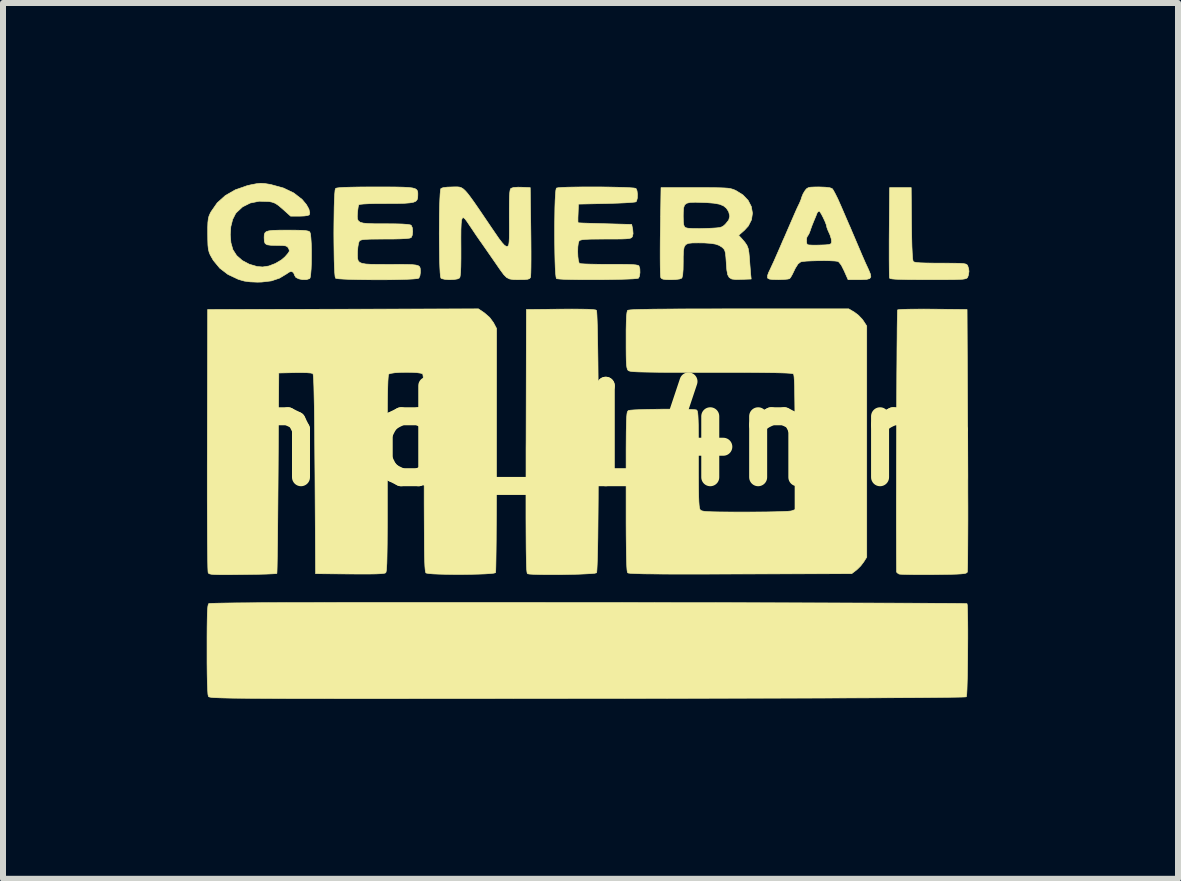
<source format=kicad_pcb>
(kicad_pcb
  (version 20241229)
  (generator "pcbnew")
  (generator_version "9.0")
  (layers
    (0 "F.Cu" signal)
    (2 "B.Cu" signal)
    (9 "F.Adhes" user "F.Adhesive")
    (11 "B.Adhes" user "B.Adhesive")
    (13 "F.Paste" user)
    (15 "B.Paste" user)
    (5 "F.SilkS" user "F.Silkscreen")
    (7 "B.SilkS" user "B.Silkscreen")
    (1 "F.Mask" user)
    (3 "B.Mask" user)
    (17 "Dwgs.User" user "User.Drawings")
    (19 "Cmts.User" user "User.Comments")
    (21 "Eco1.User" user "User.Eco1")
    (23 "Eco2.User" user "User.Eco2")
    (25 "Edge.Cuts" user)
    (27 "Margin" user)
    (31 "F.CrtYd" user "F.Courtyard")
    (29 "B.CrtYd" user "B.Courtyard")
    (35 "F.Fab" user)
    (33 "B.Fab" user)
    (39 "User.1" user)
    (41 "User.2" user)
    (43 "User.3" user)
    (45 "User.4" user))
  (footprint "midi_14mm"
    (layer "F.Cu")
    (at 6.793 4.215)
    (property "Reference" "midi_14mm" (at 0 0 0) (layer "F.SilkS") (effects (font (size 1.524 1.524) (thickness 0.3))))
    (attr through_hole)
    (fp_poly (pts (xy 5.35 -3.537) (xy 5.353 -3.327) (xy 5.357 -3.16) (xy 5.363 -3.034) (xy 5.369 -2.951) (xy 5.377 -2.91) (xy 5.379 -2.907) (xy 5.397 -2.897) (xy 5.436 -2.889) (xy 5.499 -2.884) (xy 5.592 -2.881) (xy 5.719 -2.879) (xy 5.833 -2.879) (xy 5.979 -2.878) (xy 6.088 -2.877) (xy 6.166 -2.875) (xy 6.219 -2.871) (xy 6.253 -2.864) (xy 6.272 -2.855) (xy 6.283 -2.842) (xy 6.286 -2.838) (xy 6.303 -2.784) (xy 6.308 -2.741) (xy 6.299 -2.682) (xy 6.286 -2.644) (xy 6.278 -2.633) (xy 6.264 -2.624) (xy 6.241 -2.617) (xy 6.204 -2.611) (xy 6.147 -2.608) (xy 6.066 -2.605) (xy 5.957 -2.604) (xy 5.816 -2.604) (xy 5.636 -2.603) (xy 5.629 -2.603) (xy 5.439 -2.604) (xy 5.287 -2.605) (xy 5.17 -2.608) (xy 5.086 -2.611) (xy 5.028 -2.616) (xy 4.996 -2.622) (xy 4.984 -2.63) (xy 4.982 -2.657) (xy 4.98 -2.721) (xy 4.979 -2.817) (xy 4.978 -2.941) (xy 4.978 -3.087) (xy 4.978 -3.25) (xy 4.979 -3.397) (xy 4.985 -4.138) (xy 5.345 -4.138) (xy 5.35 -3.537)) (stroke (width 0.01) (type solid)) (fill yes) (layer "F.SilkS"))
    (fp_poly (pts (xy 5.704 -2.112) (xy 5.706 -2.112) (xy 6.276 -2.106) (xy 6.287 0.064) (xy 6.288 0.364) (xy 6.289 0.652) (xy 6.289 0.926) (xy 6.29 1.183) (xy 6.29 1.419) (xy 6.289 1.633) (xy 6.288 1.82) (xy 6.287 1.979) (xy 6.286 2.106) (xy 6.284 2.199) (xy 6.282 2.254) (xy 6.281 2.269) (xy 6.272 2.281) (xy 6.255 2.289) (xy 6.224 2.296) (xy 6.174 2.301) (xy 6.101 2.305) (xy 5.999 2.308) (xy 5.864 2.31) (xy 5.724 2.312) (xy 5.575 2.313) (xy 5.438 2.313) (xy 5.32 2.311) (xy 5.227 2.309) (xy 5.165 2.306) (xy 5.142 2.303) (xy 5.109 2.281) (xy 5.101 2.266) (xy 5.1 2.123) (xy 5.099 1.953) (xy 5.099 1.758) (xy 5.098 1.543) (xy 5.098 1.31) (xy 5.098 1.063) (xy 5.099 0.805) (xy 5.099 0.54) (xy 5.1 0.271) (xy 5.101 0.000159) (xy 5.102 -0.268) (xy 5.103 -0.53) (xy 5.104 -0.783) (xy 5.105 -1.024) (xy 5.107 -1.248) (xy 5.108 -1.454) (xy 5.11 -1.637) (xy 5.111 -1.795) (xy 5.113 -1.923) (xy 5.115 -2.019) (xy 5.116 -2.079) (xy 5.118 -2.1) (xy 5.143 -2.104) (xy 5.205 -2.108) (xy 5.297 -2.111) (xy 5.415 -2.112) (xy 5.553 -2.113) (xy 5.704 -2.112)) (stroke (width 0.01) (type solid)) (fill yes) (layer "F.SilkS"))
    (fp_poly (pts (xy -0.156 -2.112) (xy -0.042 -2.11) (xy 0.038 -2.105) (xy 0.084 -2.099) (xy 0.098 -2.093) (xy 0.103 -2.068) (xy 0.107 -2.005) (xy 0.111 -1.906) (xy 0.115 -1.774) (xy 0.118 -1.615) (xy 0.121 -1.43) (xy 0.124 -1.223) (xy 0.126 -0.998) (xy 0.128 -0.759) (xy 0.129 -0.508) (xy 0.13 -0.249) (xy 0.13 0.014) (xy 0.13 0.279) (xy 0.13 0.541) (xy 0.129 0.797) (xy 0.128 1.044) (xy 0.126 1.278) (xy 0.124 1.496) (xy 0.122 1.695) (xy 0.119 1.87) (xy 0.115 2.019) (xy 0.111 2.138) (xy 0.107 2.223) (xy 0.103 2.272) (xy 0.1 2.282) (xy 0.071 2.29) (xy 0.006 2.296) (xy -0.087 2.301) (xy -0.201 2.306) (xy -0.33 2.309) (xy -0.466 2.312) (xy -0.602 2.313) (xy -0.733 2.313) (xy -0.849 2.311) (xy -0.946 2.308) (xy -1.015 2.304) (xy -1.05 2.298) (xy -1.051 2.297) (xy -1.056 2.287) (xy -1.06 2.266) (xy -1.064 2.229) (xy -1.067 2.176) (xy -1.069 2.103) (xy -1.071 2.009) (xy -1.073 1.891) (xy -1.074 1.747) (xy -1.075 1.575) (xy -1.076 1.373) (xy -1.076 1.138) (xy -1.076 0.868) (xy -1.075 0.561) (xy -1.075 0.215) (xy -1.074 0.085) (xy -1.069 -2.106) (xy -0.5 -2.112) (xy -0.308 -2.113) (xy -0.156 -2.112)) (stroke (width 0.01) (type solid)) (fill yes) (layer "F.SilkS"))
    (fp_poly (pts (xy -2.188 -4.147) (xy -2.157 -4.138) (xy -2.126 -4.12) (xy -2.092 -4.09) (xy -2.051 -4.044) (xy -2.002 -3.98) (xy -1.94 -3.894) (xy -1.864 -3.784) (xy -1.771 -3.647) (xy -1.658 -3.48) (xy -1.597 -3.391) (xy -1.527 -3.289) (xy -1.474 -3.22) (xy -1.436 -3.178) (xy -1.408 -3.16) (xy -1.393 -3.158) (xy -1.379 -3.162) (xy -1.369 -3.172) (xy -1.362 -3.194) (xy -1.357 -3.233) (xy -1.354 -3.295) (xy -1.353 -3.383) (xy -1.353 -3.505) (xy -1.354 -3.632) (xy -1.354 -3.79) (xy -1.353 -3.91) (xy -1.351 -3.998) (xy -1.346 -4.059) (xy -1.34 -4.098) (xy -1.331 -4.12) (xy -1.326 -4.125) (xy -1.284 -4.14) (xy -1.209 -4.145) (xy -1.15 -4.144) (xy -1.005 -4.138) (xy -0.995 -3.408) (xy -0.993 -3.235) (xy -0.992 -3.074) (xy -0.992 -2.931) (xy -0.993 -2.811) (xy -0.995 -2.719) (xy -0.998 -2.66) (xy -1.001 -2.641) (xy -1.016 -2.622) (xy -1.046 -2.611) (xy -1.101 -2.605) (xy -1.189 -2.604) (xy -1.193 -2.603) (xy -1.284 -2.605) (xy -1.349 -2.615) (xy -1.399 -2.64) (xy -1.445 -2.686) (xy -1.499 -2.759) (xy -1.516 -2.783) (xy -1.582 -2.879) (xy -1.662 -2.994) (xy -1.745 -3.114) (xy -1.821 -3.223) (xy -1.84 -3.249) (xy -1.901 -3.337) (xy -1.968 -3.437) (xy -2.016 -3.508) (xy -2.059 -3.572) (xy -2.092 -3.616) (xy -2.118 -3.637) (xy -2.136 -3.632) (xy -2.149 -3.598) (xy -2.156 -3.534) (xy -2.16 -3.435) (xy -2.161 -3.3) (xy -2.16 -3.129) (xy -2.16 -2.955) (xy -2.162 -2.821) (xy -2.166 -2.725) (xy -2.173 -2.663) (xy -2.181 -2.634) (xy -2.182 -2.633) (xy -2.217 -2.616) (xy -2.279 -2.606) (xy -2.353 -2.603) (xy -2.424 -2.608) (xy -2.478 -2.62) (xy -2.493 -2.629) (xy -2.501 -2.657) (xy -2.507 -2.721) (xy -2.512 -2.816) (xy -2.516 -2.934) (xy -2.518 -3.071) (xy -2.52 -3.22) (xy -2.521 -3.375) (xy -2.52 -3.53) (xy -2.519 -3.679) (xy -2.516 -3.816) (xy -2.512 -3.935) (xy -2.507 -4.03) (xy -2.501 -4.095) (xy -2.494 -4.123) (xy -2.493 -4.123) (xy -2.458 -4.137) (xy -2.388 -4.146) (xy -2.303 -4.149) (xy -2.258 -4.15) (xy -2.22 -4.15) (xy -2.188 -4.147)) (stroke (width 0.01) (type solid)) (fill yes) (layer "F.SilkS"))
    (fp_poly (pts (xy 0.164 -4.149) (xy 0.307 -4.147) (xy 0.442 -4.144) (xy 0.56 -4.141) (xy 0.656 -4.136) (xy 0.724 -4.131) (xy 0.756 -4.124) (xy 0.758 -4.123) (xy 0.775 -4.085) (xy 0.782 -4.027) (xy 0.78 -3.964) (xy 0.768 -3.916) (xy 0.757 -3.901) (xy 0.729 -3.896) (xy 0.665 -3.89) (xy 0.571 -3.884) (xy 0.455 -3.879) (xy 0.323 -3.875) (xy 0.265 -3.873) (xy -0.201 -3.863) (xy -0.207 -3.709) (xy -0.21 -3.634) (xy -0.21 -3.578) (xy -0.208 -3.552) (xy -0.207 -3.552) (xy -0.185 -3.55) (xy -0.127 -3.547) (xy -0.039 -3.544) (xy 0.072 -3.541) (xy 0.2 -3.537) (xy 0.243 -3.536) (xy 0.686 -3.524) (xy 0.703 -3.443) (xy 0.709 -3.371) (xy 0.698 -3.322) (xy 0.688 -3.308) (xy 0.671 -3.297) (xy 0.642 -3.29) (xy 0.595 -3.285) (xy 0.524 -3.282) (xy 0.423 -3.281) (xy 0.287 -3.281) (xy 0.256 -3.281) (xy 0.108 -3.28) (xy -0.003 -3.279) (xy -0.083 -3.275) (xy -0.136 -3.27) (xy -0.17 -3.262) (xy -0.188 -3.252) (xy -0.191 -3.249) (xy -0.204 -3.211) (xy -0.212 -3.148) (xy -0.214 -3.07) (xy -0.211 -2.991) (xy -0.203 -2.924) (xy -0.19 -2.881) (xy -0.184 -2.874) (xy -0.156 -2.869) (xy -0.093 -2.865) (xy 0.000414 -2.862) (xy 0.117 -2.86) (xy 0.25 -2.859) (xy 0.315 -2.859) (xy 0.477 -2.859) (xy 0.601 -2.858) (xy 0.691 -2.855) (xy 0.752 -2.85) (xy 0.789 -2.843) (xy 0.806 -2.834) (xy 0.807 -2.832) (xy 0.822 -2.785) (xy 0.824 -2.722) (xy 0.816 -2.663) (xy 0.8 -2.629) (xy 0.773 -2.623) (xy 0.711 -2.617) (xy 0.618 -2.613) (xy 0.502 -2.609) (xy 0.369 -2.606) (xy 0.225 -2.604) (xy 0.076 -2.603) (xy -0.071 -2.603) (xy -0.21 -2.604) (xy -0.335 -2.606) (xy -0.439 -2.609) (xy -0.516 -2.614) (xy -0.56 -2.619) (xy -0.567 -2.621) (xy -0.575 -2.647) (xy -0.582 -2.709) (xy -0.588 -2.802) (xy -0.592 -2.918) (xy -0.595 -3.054) (xy -0.597 -3.202) (xy -0.598 -3.357) (xy -0.598 -3.512) (xy -0.596 -3.663) (xy -0.594 -3.802) (xy -0.59 -3.924) (xy -0.584 -4.022) (xy -0.578 -4.092) (xy -0.57 -4.127) (xy -0.568 -4.13) (xy -0.538 -4.136) (xy -0.472 -4.141) (xy -0.377 -4.145) (xy -0.26 -4.147) (xy -0.126 -4.149) (xy 0.017 -4.149) (xy 0.164 -4.149)) (stroke (width 0.01) (type solid)) (fill yes) (layer "F.SilkS"))
    (fp_poly (pts (xy 1.746 -4.138) (xy 1.917 -4.138) (xy 2.052 -4.137) (xy 2.155 -4.135) (xy 2.233 -4.132) (xy 2.29 -4.128) (xy 2.334 -4.121) (xy 2.369 -4.111) (xy 2.401 -4.099) (xy 2.423 -4.089) (xy 2.54 -4.016) (xy 2.627 -3.925) (xy 2.68 -3.822) (xy 2.699 -3.712) (xy 2.683 -3.602) (xy 2.63 -3.498) (xy 2.566 -3.428) (xy 2.469 -3.343) (xy 2.522 -3.286) (xy 2.573 -3.226) (xy 2.607 -3.176) (xy 2.628 -3.123) (xy 2.64 -3.055) (xy 2.649 -2.959) (xy 2.65 -2.944) (xy 2.657 -2.848) (xy 2.664 -2.761) (xy 2.669 -2.697) (xy 2.671 -2.678) (xy 2.678 -2.614) (xy 2.519 -2.608) (xy 2.422 -2.606) (xy 2.355 -2.614) (xy 2.312 -2.639) (xy 2.286 -2.686) (xy 2.272 -2.762) (xy 2.263 -2.873) (xy 2.263 -2.881) (xy 2.256 -2.979) (xy 2.249 -3.045) (xy 2.238 -3.088) (xy 2.222 -3.116) (xy 2.197 -3.14) (xy 2.191 -3.145) (xy 2.143 -3.175) (xy 2.083 -3.196) (xy 2.003 -3.209) (xy 1.896 -3.216) (xy 1.795 -3.217) (xy 1.699 -3.216) (xy 1.631 -3.209) (xy 1.587 -3.188) (xy 1.561 -3.149) (xy 1.549 -3.084) (xy 1.545 -2.988) (xy 1.545 -2.903) (xy 1.543 -2.772) (xy 1.536 -2.682) (xy 1.524 -2.635) (xy 1.52 -2.629) (xy 1.485 -2.615) (xy 1.417 -2.606) (xy 1.341 -2.603) (xy 1.257 -2.605) (xy 1.207 -2.612) (xy 1.18 -2.626) (xy 1.17 -2.641) (xy 1.167 -2.67) (xy 1.164 -2.736) (xy 1.162 -2.835) (xy 1.161 -2.96) (xy 1.161 -3.107) (xy 1.162 -3.271) (xy 1.164 -3.408) (xy 1.168 -3.661) (xy 1.545 -3.661) (xy 1.547 -3.573) (xy 1.553 -3.518) (xy 1.566 -3.486) (xy 1.582 -3.471) (xy 1.623 -3.461) (xy 1.704 -3.456) (xy 1.821 -3.455) (xy 1.901 -3.457) (xy 2.015 -3.461) (xy 2.096 -3.466) (xy 2.15 -3.472) (xy 2.187 -3.483) (xy 2.215 -3.499) (xy 2.241 -3.522) (xy 2.246 -3.526) (xy 2.303 -3.596) (xy 2.321 -3.663) (xy 2.303 -3.734) (xy 2.298 -3.744) (xy 2.263 -3.796) (xy 2.216 -3.834) (xy 2.15 -3.861) (xy 2.057 -3.878) (xy 1.932 -3.888) (xy 1.872 -3.89) (xy 1.748 -3.894) (xy 1.66 -3.891) (xy 1.602 -3.877) (xy 1.568 -3.849) (xy 1.551 -3.8) (xy 1.546 -3.729) (xy 1.545 -3.661) (xy 1.168 -3.661) (xy 1.175 -4.138) (xy 1.746 -4.138)) (stroke (width 0.01) (type solid)) (fill yes) (layer "F.SilkS"))
    (fp_poly (pts (xy -3.394 -4.149) (xy -3.24 -4.148) (xy -3.121 -4.145) (xy -3.031 -4.14) (xy -2.967 -4.132) (xy -2.924 -4.12) (xy -2.898 -4.103) (xy -2.884 -4.08) (xy -2.879 -4.051) (xy -2.879 -4.015) (xy -2.879 -4.013) (xy -2.881 -3.97) (xy -2.89 -3.937) (xy -2.911 -3.912) (xy -2.949 -3.895) (xy -3.008 -3.884) (xy -3.095 -3.877) (xy -3.213 -3.874) (xy -3.367 -3.874) (xy -3.403 -3.873) (xy -3.559 -3.873) (xy -3.686 -3.87) (xy -3.782 -3.865) (xy -3.842 -3.859) (xy -3.863 -3.852) (xy -3.872 -3.82) (xy -3.88 -3.762) (xy -3.884 -3.721) (xy -3.888 -3.661) (xy -3.885 -3.615) (xy -3.87 -3.583) (xy -3.839 -3.56) (xy -3.787 -3.546) (xy -3.708 -3.539) (xy -3.598 -3.535) (xy -3.451 -3.535) (xy -3.419 -3.535) (xy -3.26 -3.534) (xy -3.14 -3.531) (xy -3.057 -3.525) (xy -3.006 -3.517) (xy -2.989 -3.509) (xy -2.97 -3.468) (xy -2.964 -3.406) (xy -2.971 -3.345) (xy -2.989 -3.306) (xy -3.015 -3.296) (xy -3.072 -3.289) (xy -3.163 -3.284) (xy -3.291 -3.281) (xy -3.42 -3.281) (xy -3.565 -3.28) (xy -3.673 -3.279) (xy -3.75 -3.275) (xy -3.802 -3.27) (xy -3.834 -3.261) (xy -3.851 -3.25) (xy -3.853 -3.249) (xy -3.867 -3.212) (xy -3.878 -3.147) (xy -3.884 -3.074) (xy -3.885 -3.008) (xy -3.883 -2.957) (xy -3.873 -2.919) (xy -3.849 -2.892) (xy -3.808 -2.875) (xy -3.744 -2.864) (xy -3.652 -2.859) (xy -3.528 -2.858) (xy -3.367 -2.857) (xy -3.343 -2.857) (xy -3.184 -2.858) (xy -3.062 -2.857) (xy -2.973 -2.854) (xy -2.91 -2.847) (xy -2.871 -2.836) (xy -2.848 -2.818) (xy -2.839 -2.793) (xy -2.836 -2.759) (xy -2.836 -2.722) (xy -2.844 -2.667) (xy -2.862 -2.629) (xy -2.862 -2.629) (xy -2.89 -2.621) (xy -2.954 -2.615) (xy -3.048 -2.61) (xy -3.166 -2.606) (xy -3.3 -2.603) (xy -3.446 -2.602) (xy -3.596 -2.602) (xy -3.744 -2.603) (xy -3.885 -2.605) (xy -4.011 -2.608) (xy -4.117 -2.613) (xy -4.196 -2.618) (xy -4.242 -2.625) (xy -4.25 -2.629) (xy -4.258 -2.657) (xy -4.264 -2.721) (xy -4.269 -2.816) (xy -4.273 -2.934) (xy -4.275 -3.071) (xy -4.277 -3.22) (xy -4.278 -3.375) (xy -4.277 -3.53) (xy -4.275 -3.679) (xy -4.273 -3.816) (xy -4.269 -3.935) (xy -4.264 -4.03) (xy -4.258 -4.095) (xy -4.25 -4.123) (xy -4.25 -4.123) (xy -4.23 -4.131) (xy -4.183 -4.137) (xy -4.107 -4.142) (xy -4 -4.145) (xy -3.857 -4.148) (xy -3.677 -4.149) (xy -3.585 -4.149) (xy -3.394 -4.149)) (stroke (width 0.01) (type solid)) (fill yes) (layer "F.SilkS"))
    (fp_poly (pts (xy -5.432 -4.206) (xy -5.35 -4.193) (xy -5.321 -4.187) (xy -5.118 -4.131) (xy -4.947 -4.049) (xy -4.809 -3.942) (xy -4.801 -3.933) (xy -4.736 -3.855) (xy -4.694 -3.78) (xy -4.68 -3.717) (xy -4.688 -3.684) (xy -4.715 -3.673) (xy -4.771 -3.665) (xy -4.846 -3.662) (xy -4.85 -3.662) (xy -4.999 -3.662) (xy -5.126 -3.776) (xy -5.198 -3.838) (xy -5.254 -3.876) (xy -5.309 -3.896) (xy -5.359 -3.906) (xy -5.523 -3.911) (xy -5.672 -3.881) (xy -5.8 -3.817) (xy -5.903 -3.721) (xy -5.916 -3.705) (xy -5.965 -3.608) (xy -5.996 -3.486) (xy -6.005 -3.352) (xy -5.994 -3.219) (xy -5.961 -3.103) (xy -5.899 -3.006) (xy -5.805 -2.923) (xy -5.688 -2.861) (xy -5.559 -2.823) (xy -5.466 -2.815) (xy -5.363 -2.831) (xy -5.253 -2.873) (xy -5.152 -2.933) (xy -5.092 -2.985) (xy -5.046 -3.038) (xy -5.024 -3.07) (xy -5.021 -3.095) (xy -5.033 -3.124) (xy -5.038 -3.134) (xy -5.055 -3.154) (xy -5.083 -3.167) (xy -5.132 -3.173) (xy -5.213 -3.175) (xy -5.237 -3.175) (xy -5.331 -3.177) (xy -5.39 -3.185) (xy -5.423 -3.205) (xy -5.437 -3.242) (xy -5.44 -3.301) (xy -5.44 -3.31) (xy -5.438 -3.352) (xy -5.428 -3.382) (xy -5.405 -3.404) (xy -5.362 -3.417) (xy -5.295 -3.425) (xy -5.197 -3.428) (xy -5.063 -3.429) (xy -5.047 -3.429) (xy -4.912 -3.428) (xy -4.815 -3.426) (xy -4.748 -3.421) (xy -4.706 -3.413) (xy -4.683 -3.402) (xy -4.679 -3.398) (xy -4.668 -3.365) (xy -4.661 -3.3) (xy -4.655 -3.21) (xy -4.652 -3.105) (xy -4.652 -2.993) (xy -4.653 -2.882) (xy -4.657 -2.781) (xy -4.664 -2.698) (xy -4.672 -2.642) (xy -4.681 -2.622) (xy -4.734 -2.605) (xy -4.799 -2.604) (xy -4.862 -2.617) (xy -4.911 -2.641) (xy -4.932 -2.674) (xy -4.932 -2.676) (xy -4.947 -2.712) (xy -4.963 -2.73) (xy -4.99 -2.741) (xy -5.026 -2.728) (xy -5.063 -2.702) (xy -5.184 -2.629) (xy -5.32 -2.583) (xy -5.479 -2.564) (xy -5.552 -2.562) (xy -5.673 -2.567) (xy -5.77 -2.58) (xy -5.858 -2.605) (xy -5.875 -2.611) (xy -6.044 -2.691) (xy -6.18 -2.795) (xy -6.288 -2.926) (xy -6.339 -3.016) (xy -6.357 -3.06) (xy -6.37 -3.111) (xy -6.377 -3.177) (xy -6.38 -3.269) (xy -6.381 -3.365) (xy -6.381 -3.478) (xy -6.378 -3.558) (xy -6.371 -3.616) (xy -6.36 -3.662) (xy -6.341 -3.706) (xy -6.325 -3.736) (xy -6.223 -3.883) (xy -6.088 -4.005) (xy -5.921 -4.101) (xy -5.724 -4.17) (xy -5.655 -4.186) (xy -5.566 -4.203) (xy -5.498 -4.21) (xy -5.432 -4.206)) (stroke (width 0.01) (type solid)) (fill yes) (layer "F.SilkS"))
    (fp_poly (pts (xy -2.223 2.777) (xy -1.675 2.777) (xy -1.086 2.777) (xy -0.456 2.778) (xy -0.036 2.778) (xy 0.477 2.778) (xy 0.98 2.779) (xy 1.47 2.78) (xy 1.946 2.78) (xy 2.406 2.781) (xy 2.848 2.782) (xy 3.271 2.783) (xy 3.674 2.784) (xy 4.053 2.785) (xy 4.409 2.786) (xy 4.739 2.787) (xy 5.041 2.788) (xy 5.315 2.789) (xy 5.557 2.79) (xy 5.768 2.791) (xy 5.944 2.792) (xy 6.084 2.793) (xy 6.187 2.794) (xy 6.252 2.796) (xy 6.275 2.797) (xy 6.275 2.797) (xy 6.28 2.822) (xy 6.283 2.883) (xy 6.285 2.975) (xy 6.287 3.092) (xy 6.288 3.228) (xy 6.288 3.377) (xy 6.287 3.534) (xy 6.286 3.692) (xy 6.284 3.845) (xy 6.282 3.988) (xy 6.278 4.115) (xy 6.275 4.22) (xy 6.271 4.298) (xy 6.266 4.342) (xy 6.264 4.349) (xy 6.242 4.352) (xy 6.183 4.354) (xy 6.085 4.356) (xy 5.948 4.358) (xy 5.773 4.36) (xy 5.558 4.362) (xy 5.304 4.364) (xy 5.011 4.365) (xy 4.677 4.367) (xy 4.304 4.368) (xy 3.89 4.37) (xy 3.435 4.371) (xy 2.94 4.372) (xy 2.403 4.373) (xy 1.825 4.374) (xy 1.206 4.375) (xy 0.544 4.376) (xy -0.053 4.376) (xy -0.665 4.377) (xy -1.235 4.377) (xy -1.766 4.378) (xy -2.259 4.378) (xy -2.715 4.378) (xy -3.136 4.379) (xy -3.524 4.379) (xy -3.878 4.379) (xy -4.202 4.379) (xy -4.497 4.378) (xy -4.763 4.378) (xy -5.003 4.378) (xy -5.217 4.377) (xy -5.407 4.376) (xy -5.575 4.375) (xy -5.722 4.374) (xy -5.85 4.373) (xy -5.959 4.372) (xy -6.052 4.37) (xy -6.129 4.368) (xy -6.192 4.366) (xy -6.243 4.364) (xy -6.283 4.362) (xy -6.313 4.359) (xy -6.335 4.356) (xy -6.35 4.353) (xy -6.36 4.35) (xy -6.366 4.346) (xy -6.369 4.343) (xy -6.37 4.341) (xy -6.377 4.307) (xy -6.382 4.233) (xy -6.387 4.12) (xy -6.39 3.971) (xy -6.392 3.787) (xy -6.392 3.571) (xy -6.392 3.56) (xy -6.392 3.356) (xy -6.391 3.191) (xy -6.389 3.061) (xy -6.387 2.961) (xy -6.383 2.889) (xy -6.378 2.84) (xy -6.371 2.81) (xy -6.364 2.796) (xy -6.364 2.796) (xy -6.349 2.794) (xy -6.31 2.792) (xy -6.247 2.79) (xy -6.157 2.788) (xy -6.041 2.786) (xy -5.898 2.784) (xy -5.725 2.783) (xy -5.524 2.781) (xy -5.291 2.78) (xy -5.028 2.779) (xy -4.732 2.779) (xy -4.402 2.778) (xy -4.039 2.777) (xy -3.64 2.777) (xy -3.205 2.777) (xy -2.733 2.777) (xy -2.223 2.777)) (stroke (width 0.01) (type solid)) (fill yes) (layer "F.SilkS"))
    (fp_poly (pts (xy 3.913 -4.145) (xy 3.988 -4.136) (xy 4.027 -4.122) (xy 4.048 -4.093) (xy 4.08 -4.034) (xy 4.121 -3.952) (xy 4.164 -3.855) (xy 4.17 -3.842) (xy 4.214 -3.74) (xy 4.254 -3.647) (xy 4.286 -3.573) (xy 4.306 -3.526) (xy 4.307 -3.524) (xy 4.327 -3.48) (xy 4.358 -3.406) (xy 4.397 -3.315) (xy 4.434 -3.228) (xy 4.486 -3.106) (xy 4.525 -3.014) (xy 4.557 -2.941) (xy 4.585 -2.877) (xy 4.615 -2.813) (xy 4.636 -2.767) (xy 4.665 -2.697) (xy 4.672 -2.65) (xy 4.653 -2.622) (xy 4.602 -2.608) (xy 4.516 -2.604) (xy 4.476 -2.603) (xy 4.293 -2.603) (xy 4.228 -2.75) (xy 4.181 -2.844) (xy 4.14 -2.896) (xy 4.119 -2.909) (xy 4.071 -2.915) (xy 3.994 -2.919) (xy 3.897 -2.921) (xy 3.792 -2.92) (xy 3.689 -2.917) (xy 3.599 -2.913) (xy 3.533 -2.906) (xy 3.504 -2.9) (xy 3.459 -2.866) (xy 3.414 -2.795) (xy 3.396 -2.758) (xy 3.364 -2.692) (xy 3.335 -2.641) (xy 3.317 -2.62) (xy 3.285 -2.613) (xy 3.222 -2.607) (xy 3.142 -2.604) (xy 3.127 -2.604) (xy 3.037 -2.606) (xy 2.982 -2.613) (xy 2.955 -2.627) (xy 2.95 -2.634) (xy 2.951 -2.674) (xy 2.969 -2.724) (xy 2.992 -2.771) (xy 3.019 -2.83) (xy 3.054 -2.905) (xy 3.097 -3.003) (xy 3.152 -3.128) (xy 3.207 -3.256) (xy 3.599 -3.256) (xy 3.604 -3.209) (xy 3.613 -3.188) (xy 3.64 -3.182) (xy 3.698 -3.179) (xy 3.778 -3.179) (xy 3.82 -3.18) (xy 3.91 -3.183) (xy 3.967 -3.188) (xy 3.999 -3.197) (xy 4.013 -3.212) (xy 4.018 -3.234) (xy 4.013 -3.282) (xy 3.993 -3.346) (xy 3.981 -3.373) (xy 3.955 -3.431) (xy 3.939 -3.475) (xy 3.937 -3.486) (xy 3.928 -3.523) (xy 3.906 -3.579) (xy 3.877 -3.641) (xy 3.847 -3.698) (xy 3.822 -3.737) (xy 3.81 -3.747) (xy 3.785 -3.729) (xy 3.774 -3.709) (xy 3.758 -3.667) (xy 3.733 -3.607) (xy 3.725 -3.588) (xy 3.694 -3.512) (xy 3.666 -3.435) (xy 3.663 -3.424) (xy 3.642 -3.37) (xy 3.622 -3.336) (xy 3.618 -3.333) (xy 3.604 -3.304) (xy 3.599 -3.256) (xy 3.207 -3.256) (xy 3.221 -3.287) (xy 3.228 -3.302) (xy 3.295 -3.457) (xy 3.348 -3.579) (xy 3.388 -3.671) (xy 3.418 -3.74) (xy 3.44 -3.789) (xy 3.457 -3.825) (xy 3.47 -3.852) (xy 3.481 -3.873) (xy 3.507 -3.936) (xy 3.521 -3.981) (xy 3.544 -4.037) (xy 3.578 -4.092) (xy 3.602 -4.12) (xy 3.629 -4.136) (xy 3.669 -4.145) (xy 3.732 -4.148) (xy 3.807 -4.149) (xy 3.913 -4.145)) (stroke (width 0.01) (type solid)) (fill yes) (layer "F.SilkS"))
    (fp_poly (pts (xy -1.767 -2.048) (xy -1.681 -1.973) (xy -1.617 -1.886) (xy -1.616 -1.884) (xy -1.566 -1.789) (xy -1.567 0.233) (xy -1.567 0.522) (xy -1.567 0.799) (xy -1.568 1.062) (xy -1.569 1.307) (xy -1.571 1.531) (xy -1.572 1.731) (xy -1.574 1.905) (xy -1.576 2.05) (xy -1.578 2.162) (xy -1.58 2.238) (xy -1.583 2.276) (xy -1.583 2.28) (xy -1.609 2.288) (xy -1.67 2.295) (xy -1.76 2.301) (xy -1.872 2.305) (xy -1.999 2.308) (xy -2.134 2.31) (xy -2.27 2.31) (xy -2.402 2.308) (xy -2.521 2.305) (xy -2.621 2.301) (xy -2.695 2.295) (xy -2.737 2.287) (xy -2.743 2.285) (xy -2.748 2.275) (xy -2.753 2.254) (xy -2.757 2.22) (xy -2.761 2.169) (xy -2.764 2.099) (xy -2.767 2.007) (xy -2.769 1.891) (xy -2.77 1.748) (xy -2.771 1.575) (xy -2.772 1.369) (xy -2.773 1.129) (xy -2.773 0.851) (xy -2.773 0.626) (xy -2.773 0.306) (xy -2.773 0.027) (xy -2.774 -0.215) (xy -2.776 -0.42) (xy -2.777 -0.592) (xy -2.779 -0.732) (xy -2.782 -0.843) (xy -2.785 -0.926) (xy -2.789 -0.984) (xy -2.794 -1.019) (xy -2.798 -1.033) (xy -2.832 -1.045) (xy -2.897 -1.054) (xy -2.982 -1.059) (xy -3.079 -1.06) (xy -3.175 -1.058) (xy -3.262 -1.052) (xy -3.328 -1.042) (xy -3.363 -1.03) (xy -3.364 -1.028) (xy -3.369 -1.011) (xy -3.373 -0.972) (xy -3.377 -0.909) (xy -3.38 -0.819) (xy -3.383 -0.7) (xy -3.385 -0.551) (xy -3.386 -0.37) (xy -3.387 -0.153) (xy -3.387 0.099) (xy -3.388 0.391) (xy -3.387 0.63) (xy -3.387 0.937) (xy -3.387 1.205) (xy -3.387 1.435) (xy -3.388 1.631) (xy -3.389 1.796) (xy -3.391 1.931) (xy -3.393 2.04) (xy -3.395 2.124) (xy -3.399 2.188) (xy -3.402 2.233) (xy -3.407 2.263) (xy -3.412 2.279) (xy -3.415 2.283) (xy -3.439 2.291) (xy -3.493 2.297) (xy -3.577 2.301) (xy -3.696 2.303) (xy -3.852 2.303) (xy -4.014 2.302) (xy -4.583 2.297) (xy -4.593 0.641) (xy -4.596 0.298) (xy -4.598 -0.004) (xy -4.601 -0.265) (xy -4.604 -0.487) (xy -4.608 -0.669) (xy -4.611 -0.814) (xy -4.615 -0.923) (xy -4.62 -0.995) (xy -4.625 -1.031) (xy -4.627 -1.037) (xy -4.659 -1.047) (xy -4.732 -1.053) (xy -4.84 -1.055) (xy -4.923 -1.054) (xy -5.196 -1.048) (xy -5.207 0.617) (xy -5.209 0.879) (xy -5.211 1.128) (xy -5.213 1.362) (xy -5.215 1.577) (xy -5.217 1.77) (xy -5.22 1.938) (xy -5.222 2.077) (xy -5.224 2.184) (xy -5.226 2.257) (xy -5.228 2.291) (xy -5.229 2.294) (xy -5.252 2.297) (xy -5.312 2.3) (xy -5.403 2.304) (xy -5.52 2.307) (xy -5.656 2.309) (xy -5.797 2.311) (xy -5.966 2.313) (xy -6.098 2.314) (xy -6.197 2.313) (xy -6.268 2.311) (xy -6.317 2.307) (xy -6.347 2.301) (xy -6.364 2.293) (xy -6.373 2.282) (xy -6.373 2.282) (xy -6.376 2.256) (xy -6.379 2.189) (xy -6.381 2.085) (xy -6.383 1.946) (xy -6.385 1.773) (xy -6.386 1.569) (xy -6.387 1.337) (xy -6.388 1.079) (xy -6.388 0.797) (xy -6.388 0.493) (xy -6.387 0.17) (xy -6.387 0.07) (xy -6.382 -2.106) (xy -4.125 -2.111) (xy -1.868 -2.117) (xy -1.767 -2.048)) (stroke (width 0.01) (type solid)) (fill yes) (layer "F.SilkS"))
    (fp_poly (pts (xy 4.396 -2.063) (xy 4.466 -2.01) (xy 4.53 -1.942) (xy 4.546 -1.92) (xy 4.604 -1.831) (xy 4.604 2.021) (xy 4.554 2.101) (xy 4.503 2.168) (xy 4.441 2.229) (xy 4.429 2.239) (xy 4.353 2.297) (xy 2.499 2.302) (xy 2.16 2.303) (xy 1.862 2.304) (xy 1.601 2.304) (xy 1.377 2.304) (xy 1.186 2.303) (xy 1.027 2.301) (xy 0.897 2.3) (xy 0.795 2.297) (xy 0.719 2.294) (xy 0.665 2.291) (xy 0.632 2.287) (xy 0.619 2.282) (xy 0.619 2.282) (xy 0.613 2.267) (xy 0.608 2.231) (xy 0.604 2.173) (xy 0.601 2.089) (xy 0.598 1.977) (xy 0.596 1.836) (xy 0.594 1.661) (xy 0.593 1.452) (xy 0.593 1.205) (xy 0.593 0.928) (xy 0.593 0.658) (xy 0.593 0.427) (xy 0.593 0.232) (xy 0.594 0.071) (xy 0.595 -0.061) (xy 0.597 -0.167) (xy 0.599 -0.249) (xy 0.602 -0.31) (xy 0.606 -0.354) (xy 0.61 -0.384) (xy 0.616 -0.403) (xy 0.623 -0.414) (xy 0.631 -0.421) (xy 0.634 -0.423) (xy 0.665 -0.428) (xy 0.731 -0.433) (xy 0.826 -0.437) (xy 0.941 -0.441) (xy 1.07 -0.443) (xy 1.206 -0.445) (xy 1.342 -0.445) (xy 1.471 -0.444) (xy 1.585 -0.443) (xy 1.677 -0.44) (xy 1.74 -0.436) (xy 1.766 -0.432) (xy 1.774 -0.425) (xy 1.781 -0.408) (xy 1.787 -0.379) (xy 1.791 -0.332) (xy 1.794 -0.264) (xy 1.797 -0.171) (xy 1.798 -0.049) (xy 1.799 0.106) (xy 1.799 0.297) (xy 1.799 0.392) (xy 1.799 0.602) (xy 1.8 0.773) (xy 1.801 0.91) (xy 1.803 1.017) (xy 1.806 1.097) (xy 1.81 1.155) (xy 1.815 1.194) (xy 1.822 1.22) (xy 1.83 1.234) (xy 1.832 1.237) (xy 1.846 1.246) (xy 1.869 1.253) (xy 1.907 1.259) (xy 1.962 1.263) (xy 2.041 1.266) (xy 2.146 1.268) (xy 2.282 1.269) (xy 2.454 1.27) (xy 2.582 1.27) (xy 2.768 1.269) (xy 2.936 1.268) (xy 3.082 1.265) (xy 3.202 1.261) (xy 3.29 1.257) (xy 3.343 1.252) (xy 3.354 1.249) (xy 3.408 1.229) (xy 3.408 0.111) (xy 3.408 -0.152) (xy 3.407 -0.376) (xy 3.405 -0.561) (xy 3.403 -0.712) (xy 3.401 -0.831) (xy 3.397 -0.92) (xy 3.393 -0.982) (xy 3.388 -1.019) (xy 3.382 -1.033) (xy 3.366 -1.038) (xy 3.329 -1.043) (xy 3.267 -1.047) (xy 3.179 -1.05) (xy 3.062 -1.053) (xy 2.914 -1.055) (xy 2.733 -1.057) (xy 2.516 -1.058) (xy 2.261 -1.058) (xy 2.008 -1.058) (xy 1.733 -1.058) (xy 1.498 -1.059) (xy 1.298 -1.059) (xy 1.132 -1.06) (xy 0.996 -1.062) (xy 0.887 -1.064) (xy 0.801 -1.066) (xy 0.737 -1.069) (xy 0.69 -1.073) (xy 0.659 -1.078) (xy 0.639 -1.084) (xy 0.627 -1.09) (xy 0.626 -1.092) (xy 0.615 -1.108) (xy 0.607 -1.136) (xy 0.6 -1.181) (xy 0.596 -1.248) (xy 0.594 -1.343) (xy 0.593 -1.471) (xy 0.593 -1.595) (xy 0.593 -1.766) (xy 0.596 -1.897) (xy 0.6 -1.993) (xy 0.607 -2.055) (xy 0.615 -2.087) (xy 0.618 -2.091) (xy 0.633 -2.096) (xy 0.668 -2.1) (xy 0.726 -2.104) (xy 0.809 -2.107) (xy 0.919 -2.109) (xy 1.058 -2.112) (xy 1.227 -2.113) (xy 1.43 -2.115) (xy 1.667 -2.116) (xy 1.942 -2.116) (xy 2.255 -2.117) (xy 2.474 -2.117) (xy 4.304 -2.117) (xy 4.396 -2.063)) (stroke (width 0.01) (type solid)) (fill yes) (layer "F.SilkS")))
  (gr_rect
    (start -3 -3)
    (end 16.585 11.598)
    (stroke (width 0.1) (type default))
    (fill no)
    (layer "Edge.Cuts")))
</source>
